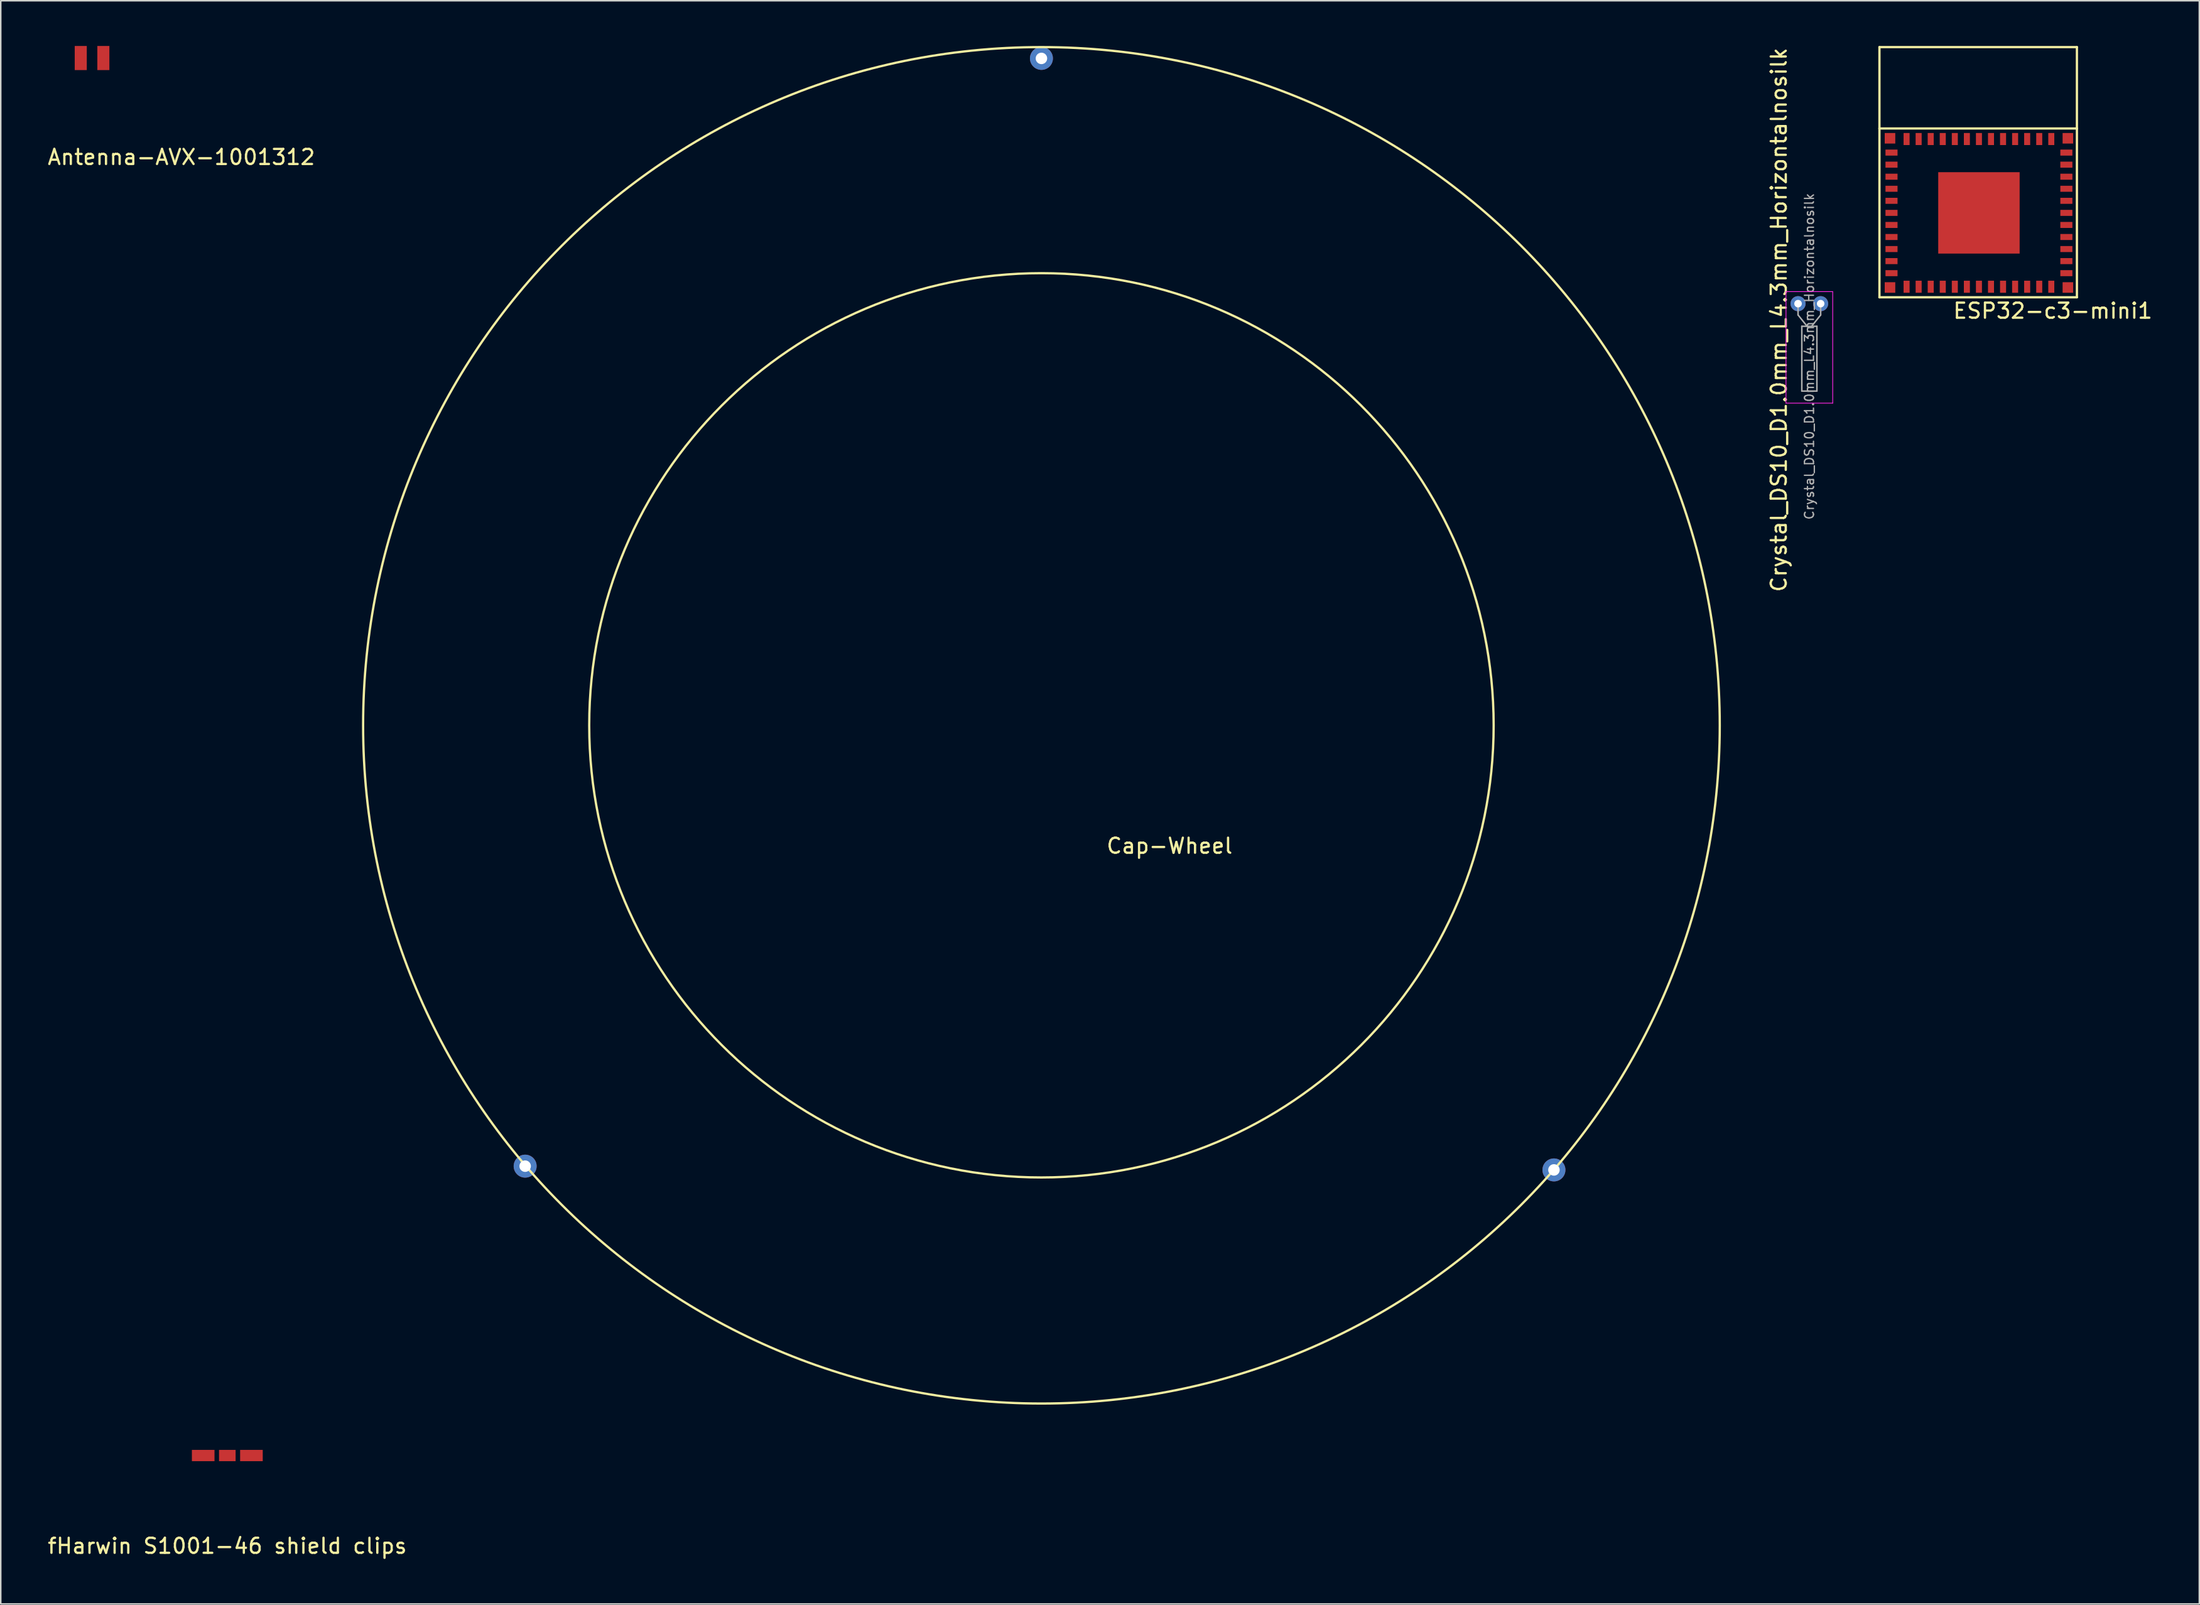
<source format=kicad_pcb>
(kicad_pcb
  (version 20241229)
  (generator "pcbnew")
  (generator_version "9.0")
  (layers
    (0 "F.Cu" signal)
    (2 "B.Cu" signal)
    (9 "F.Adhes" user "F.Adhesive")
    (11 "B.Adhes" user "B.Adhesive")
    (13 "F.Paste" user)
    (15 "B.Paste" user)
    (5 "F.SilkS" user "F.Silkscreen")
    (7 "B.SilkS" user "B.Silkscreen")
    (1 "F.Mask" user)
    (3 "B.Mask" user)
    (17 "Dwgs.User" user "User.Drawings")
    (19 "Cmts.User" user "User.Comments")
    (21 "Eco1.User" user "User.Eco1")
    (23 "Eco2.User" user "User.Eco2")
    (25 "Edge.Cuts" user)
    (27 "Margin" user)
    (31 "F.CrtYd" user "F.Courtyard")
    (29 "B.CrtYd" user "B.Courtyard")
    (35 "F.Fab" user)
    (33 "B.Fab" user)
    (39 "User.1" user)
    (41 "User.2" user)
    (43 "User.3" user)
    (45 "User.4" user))
  (footprint "ESP32-c3-mini1"
    (layer "F.Cu")
    (at 128.233 11.075)
    (property "Reference" "ESP32-c3-mini1" (at 4.9 6.5 0) (layer "F.SilkS") (effects (font (size 1 1) (thickness 0.15))))
    (attr through_hole)
    (fp_line (start -6.6 -11) (end 6.5 -11) (stroke (width 0.15) (type solid)) (layer "F.SilkS"))
    (fp_line (start -6.6 -5.6) (end -6.6 -11) (stroke (width 0.15) (type solid)) (layer "F.SilkS"))
    (fp_line (start -6.6 -5.6) (end -6.6 5.6) (stroke (width 0.15) (type solid)) (layer "F.SilkS"))
    (fp_line (start -6.6 5.6) (end 6.5 5.6) (stroke (width 0.15) (type solid)) (layer "F.SilkS"))
    (fp_line (start 6.5 -11) (end 6.5 -5.6) (stroke (width 0.15) (type solid)) (layer "F.SilkS"))
    (fp_line (start 6.5 -5.6) (end -6.6 -5.6) (stroke (width 0.15) (type solid)) (layer "F.SilkS"))
    (fp_line (start 6.5 5.6) (end 6.5 -5.6) (stroke (width 0.15) (type solid)) (layer "F.SilkS"))
    (pad "1" smd rect (at -5.8 -4 90) (size 0.4 0.8) (layers "F.Cu" "F.Mask" "F.Paste"))
    (pad "2" smd rect (at -5.8 -3.2 90) (size 0.4 0.8) (layers "F.Cu" "F.Mask" "F.Paste"))
    (pad "3" smd rect (at -5.8 -2.4 90) (size 0.4 0.8) (layers "F.Cu" "F.Mask" "F.Paste"))
    (pad "4" smd rect (at -5.8 -1.6 90) (size 0.4 0.8) (layers "F.Cu" "F.Mask" "F.Paste"))
    (pad "5" smd rect (at -5.8 -0.8 90) (size 0.4 0.8) (layers "F.Cu" "F.Mask" "F.Paste"))
    (pad "6" smd rect (at -5.8 0 90) (size 0.4 0.8) (layers "F.Cu" "F.Mask" "F.Paste"))
    (pad "7" smd rect (at -5.8 0.8 90) (size 0.4 0.8) (layers "F.Cu" "F.Mask" "F.Paste"))
    (pad "8" smd rect (at -5.8 1.6 90) (size 0.4 0.8) (layers "F.Cu" "F.Mask" "F.Paste"))
    (pad "9" smd rect (at -5.8 2.4 90) (size 0.4 0.8) (layers "F.Cu" "F.Mask" "F.Paste"))
    (pad "10" smd rect (at -5.8 3.2 90) (size 0.4 0.8) (layers "F.Cu" "F.Mask" "F.Paste"))
    (pad "11" smd rect (at -5.8 4 90) (size 0.4 0.8) (layers "F.Cu" "F.Mask" "F.Paste"))
    (pad "12" smd rect (at -4.8 4.9) (size 0.4 0.8) (layers "F.Cu" "F.Mask" "F.Paste"))
    (pad "13" smd rect (at -4 4.9) (size 0.4 0.8) (layers "F.Cu" "F.Mask" "F.Paste"))
    (pad "14" smd rect (at -3.2 4.9) (size 0.4 0.8) (layers "F.Cu" "F.Mask" "F.Paste"))
    (pad "15" smd rect (at -2.4 4.9) (size 0.4 0.8) (layers "F.Cu" "F.Mask" "F.Paste"))
    (pad "16" smd rect (at -1.6 4.9) (size 0.4 0.8) (layers "F.Cu" "F.Mask" "F.Paste"))
    (pad "17" smd rect (at -0.8 4.9) (size 0.4 0.8) (layers "F.Cu" "F.Mask" "F.Paste"))
    (pad "18" smd rect (at 0 4.9) (size 0.4 0.8) (layers "F.Cu" "F.Mask" "F.Paste"))
    (pad "19" smd rect (at 0.8 4.9) (size 0.4 0.8) (layers "F.Cu" "F.Mask" "F.Paste"))
    (pad "20" smd rect (at 1.6 4.9) (size 0.4 0.8) (layers "F.Cu" "F.Mask" "F.Paste"))
    (pad "21" smd rect (at 2.4 4.9) (size 0.4 0.8) (layers "F.Cu" "F.Mask" "F.Paste"))
    (pad "22" smd rect (at 3.2 4.9) (size 0.4 0.8) (layers "F.Cu" "F.Mask" "F.Paste"))
    (pad "23" smd rect (at 4 4.9) (size 0.4 0.8) (layers "F.Cu" "F.Mask" "F.Paste"))
    (pad "24" smd rect (at 4.8 4.9) (size 0.4 0.8) (layers "F.Cu" "F.Mask" "F.Paste"))
    (pad "25" smd rect (at 5.8 4 90) (size 0.4 0.8) (layers "F.Cu" "F.Mask" "F.Paste"))
    (pad "26" smd rect (at 5.8 3.2 90) (size 0.4 0.8) (layers "F.Cu" "F.Mask" "F.Paste"))
    (pad "27" smd rect (at 5.8 2.4 90) (size 0.4 0.8) (layers "F.Cu" "F.Mask" "F.Paste"))
    (pad "28" smd rect (at 5.8 1.6 90) (size 0.4 0.8) (layers "F.Cu" "F.Mask" "F.Paste"))
    (pad "29" smd rect (at 5.8 0.8 90) (size 0.4 0.8) (layers "F.Cu" "F.Mask" "F.Paste"))
    (pad "30" smd rect (at 5.8 0 90) (size 0.4 0.8) (layers "F.Cu" "F.Mask" "F.Paste"))
    (pad "31" smd rect (at 5.8 -0.8 90) (size 0.4 0.8) (layers "F.Cu" "F.Mask" "F.Paste"))
    (pad "32" smd rect (at 5.8 -1.6 90) (size 0.4 0.8) (layers "F.Cu" "F.Mask" "F.Paste"))
    (pad "33" smd rect (at 5.8 -2.4 90) (size 0.4 0.8) (layers "F.Cu" "F.Mask" "F.Paste"))
    (pad "34" smd rect (at 5.8 -3.2 90) (size 0.4 0.8) (layers "F.Cu" "F.Mask" "F.Paste"))
    (pad "35" smd rect (at 5.8 -4 90) (size 0.4 0.8) (layers "F.Cu" "F.Mask" "F.Paste"))
    (pad "49" smd rect (at -5.9 -4.95) (size 0.7 0.7) (layers "F.Cu" "F.Mask" "F.Paste"))
    (pad "49" smd rect (at -5.9 4.95) (size 0.7 0.7) (layers "F.Cu" "F.Mask" "F.Paste"))
    (pad "49" smd rect (at -4.8 -4.9) (size 0.4 0.8) (layers "F.Cu" "F.Mask" "F.Paste"))
    (pad "49" smd rect (at -4 -4.9) (size 0.4 0.8) (layers "F.Cu" "F.Mask" "F.Paste"))
    (pad "49" smd rect (at -3.2 -4.9) (size 0.4 0.8) (layers "F.Cu" "F.Mask" "F.Paste"))
    (pad "49" smd rect (at -2.4 -4.9) (size 0.4 0.8) (layers "F.Cu" "F.Mask" "F.Paste"))
    (pad "49" smd rect (at -1.6 -4.9) (size 0.4 0.8) (layers "F.Cu" "F.Mask" "F.Paste"))
    (pad "49" smd rect (at -0.8 -4.9) (size 0.4 0.8) (layers "F.Cu" "F.Mask" "F.Paste"))
    (pad "49" smd rect (at 0 -4.9) (size 0.4 0.8) (layers "F.Cu" "F.Mask" "F.Paste"))
    (pad "49" smd rect (at 0 0) (size 5.4 5.4) (layers "F.Cu" "F.Mask" "F.Paste"))
    (pad "49" smd rect (at 0.8 -4.9) (size 0.4 0.8) (layers "F.Cu" "F.Mask" "F.Paste"))
    (pad "49" smd rect (at 1.6 -4.9) (size 0.4 0.8) (layers "F.Cu" "F.Mask" "F.Paste"))
    (pad "49" smd rect (at 2.4 -4.9) (size 0.4 0.8) (layers "F.Cu" "F.Mask" "F.Paste"))
    (pad "49" smd rect (at 3.2 -4.9) (size 0.4 0.8) (layers "F.Cu" "F.Mask" "F.Paste"))
    (pad "49" smd rect (at 4 -4.9) (size 0.4 0.8) (layers "F.Cu" "F.Mask" "F.Paste"))
    (pad "49" smd rect (at 4.8 -4.9) (size 0.4 0.8) (layers "F.Cu" "F.Mask" "F.Paste"))
    (pad "49" smd rect (at 5.9 -4.95) (size 0.7 0.7) (layers "F.Cu" "F.Mask" "F.Paste"))
    (pad "49" smd rect (at 5.9 4.95) (size 0.7 0.7) (layers "F.Cu" "F.Mask" "F.Paste")))
  (footprint "Crystal_DS10_D1.0mm_L4.3mm_Horizontalnosilk"
    (layer "F.Cu")
    (at 116.233 17.098)
    (property "Reference" "Crystal_DS10_D1.0mm_L4.3mm_Horizontalnosilk" (at -1.27 1.075 90) (layer "F.SilkS") (effects (font (size 1 1) (thickness 0.15))))
    (attr through_hole)
    (fp_line (start -0.8 -0.8) (end -0.8 6.6) (stroke (width 0.05) (type solid)) (layer "F.CrtYd"))
    (fp_line (start -0.8 6.6) (end 2.3 6.6) (stroke (width 0.05) (type solid)) (layer "F.CrtYd"))
    (fp_line (start 2.3 -0.8) (end -0.8 -0.8) (stroke (width 0.05) (type solid)) (layer "F.CrtYd"))
    (fp_line (start 2.3 6.6) (end 2.3 -0.8) (stroke (width 0.05) (type solid)) (layer "F.CrtYd"))
    (fp_line (start 0 0.75) (end 0 0) (stroke (width 0.1) (type solid)) (layer "F.Fab"))
    (fp_line (start 0.25 1.5) (end 0.25 5.8) (stroke (width 0.1) (type solid)) (layer "F.Fab"))
    (fp_line (start 0.25 5.8) (end 1.25 5.8) (stroke (width 0.1) (type solid)) (layer "F.Fab"))
    (fp_line (start 0.6 1.5) (end 0 0.75) (stroke (width 0.1) (type solid)) (layer "F.Fab"))
    (fp_line (start 0.9 1.5) (end 1.5 0.75) (stroke (width 0.1) (type solid)) (layer "F.Fab"))
    (fp_line (start 1.25 1.5) (end 0.25 1.5) (stroke (width 0.1) (type solid)) (layer "F.Fab"))
    (fp_line (start 1.25 5.8) (end 1.25 1.5) (stroke (width 0.1) (type solid)) (layer "F.Fab"))
    (fp_line (start 1.5 0.75) (end 1.5 0) (stroke (width 0.1) (type solid)) (layer "F.Fab"))
    (fp_text user "${REFERENCE}" (at 0.75 3.5 90) (layer "F.Fab") (effects (font (size 0.6 0.6) (thickness 0.09))))
    (pad "1" thru_hole circle (at 0 0) (size 1 1) (drill 0.5) (layers "*.Cu" "*.Mask"))
    (pad "2" thru_hole circle (at 1.5 0) (size 1 1) (drill 0.5) (layers "*.Cu" "*.Mask")))
  (footprint "Antenna-AVX-1001312"
    (layer "F.Cu")
    (at 3.057 0.75)
    (property "Reference" "Antenna-AVX-1001312" (at 5.925 6.625 0) (layer "F.SilkS") (effects (font (size 1 1) (thickness 0.15))))
    (attr through_hole)
    (pad "1" smd rect (at -0.75 0.05) (size 0.8 1.6) (layers "F.Cu" "F.Mask" "F.Paste"))
    (pad "2" smd rect (at 0.75 0.05) (size 0.8 1.6) (layers "F.Cu" "F.Mask" "F.Paste")))
  (footprint "Cap-Wheel"
    (layer "F.Cu")
    (at 66.039 45.075)
    (property "Reference" "Cap-Wheel" (at 8.5 8 0) (layer "F.SilkS") (effects (font (size 1 1) (thickness 0.15))))
    (attr through_hole)
    (fp_circle (center 0 0) (end 30 0) (stroke (width 0.15) (type solid)) (fill no) (layer "F.SilkS"))
    (fp_circle (center 0 0) (end 45 0) (stroke (width 0.15) (type solid)) (fill no) (layer "F.SilkS"))
    (pad "1" thru_hole circle (at 0 -44.25) (size 1.524 1.524) (drill 0.762) (layers "*.Cu" "*.Mask"))
    (pad "2" thru_hole circle (at -34.25 29.25) (size 1.524 1.524) (drill 0.762) (layers "*.Cu" "*.Mask"))
    (pad "3" thru_hole circle (at 34 29.5) (size 1.524 1.524) (drill 0.762) (layers "*.Cu" "*.Mask")))
  (footprint "fHarwin S1001-46 shield clips"
    (layer "F.Cu")
    (at 12.03 93.525)
    (property "Reference" "fHarwin S1001-46 shield clips" (at 0 6 0) (layer "F.SilkS") (effects (font (size 1 1) (thickness 0.15))))
    (attr through_hole)
    (pad "1" smd rect (at -1.6 0) (size 1.5 0.75) (layers "F.Cu" "F.Mask" "F.Paste"))
    (pad "1" smd rect (at 0 0) (size 1.1 0.75) (layers "F.Cu" "F.Mask" "F.Paste"))
    (pad "1" smd rect (at 1.6 0) (size 1.5 0.75) (layers "F.Cu" "F.Mask" "F.Paste")))
  (gr_rect
    (start -3 -3)
    (end 142.853 103.373)
    (stroke (width 0.1) (type default))
    (fill no)
    (layer "Edge.Cuts")))
</source>
